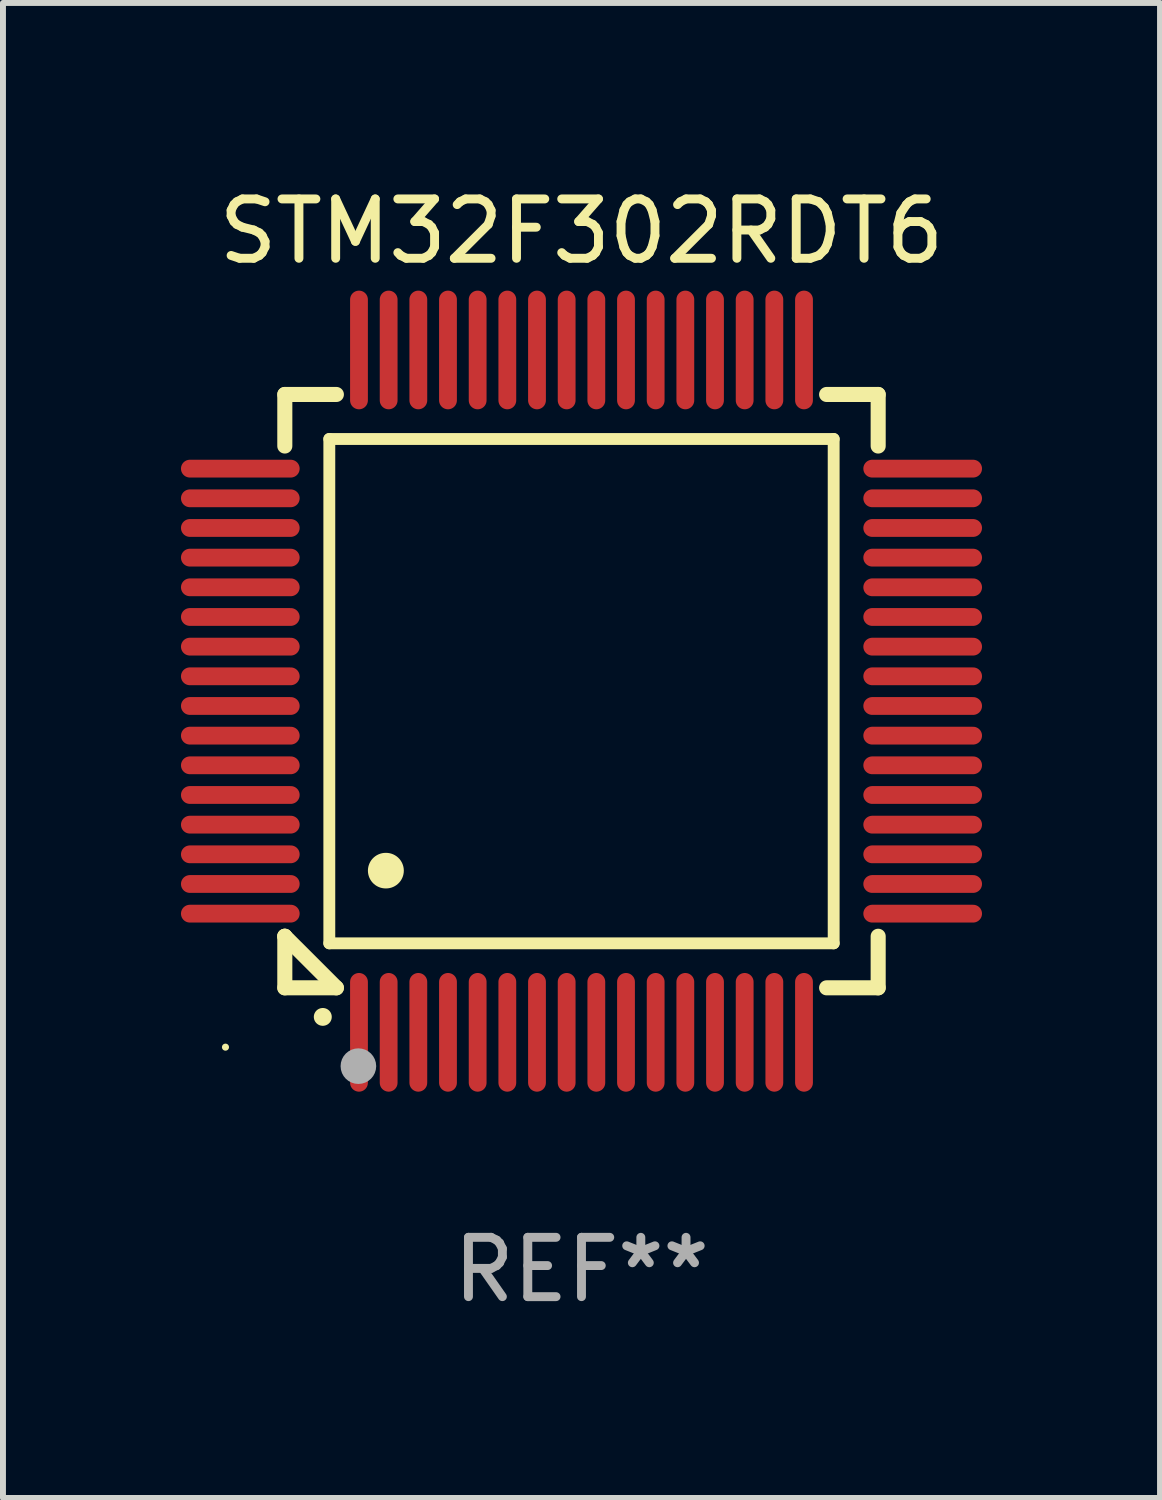
<source format=kicad_pcb>
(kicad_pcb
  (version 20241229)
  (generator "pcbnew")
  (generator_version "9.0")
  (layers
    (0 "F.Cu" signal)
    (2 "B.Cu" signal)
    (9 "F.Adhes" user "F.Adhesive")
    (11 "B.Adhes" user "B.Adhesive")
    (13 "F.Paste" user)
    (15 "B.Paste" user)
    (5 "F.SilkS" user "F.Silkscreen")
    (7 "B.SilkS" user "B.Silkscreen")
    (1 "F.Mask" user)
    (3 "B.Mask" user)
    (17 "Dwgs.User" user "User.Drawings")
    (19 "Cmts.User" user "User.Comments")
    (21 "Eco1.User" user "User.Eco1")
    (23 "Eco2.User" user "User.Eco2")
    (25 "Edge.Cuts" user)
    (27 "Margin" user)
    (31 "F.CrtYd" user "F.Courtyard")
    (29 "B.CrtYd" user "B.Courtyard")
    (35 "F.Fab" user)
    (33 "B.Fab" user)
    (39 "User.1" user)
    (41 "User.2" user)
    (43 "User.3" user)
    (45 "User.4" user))
  (footprint "STM32F302RDT6"
    (layer "F.Cu")
    (at 6.75 8.598)
    (property "Reference" "STM32F302RDT6" (at 0 -7.75 0) (layer "F.SilkS") (effects (font (size 1 1) (thickness 0.15))))
    (attr through_hole)
    (fp_line (start -5 -5) (end -4.131 -5) (stroke (width 0.254) (type solid)) (layer "F.SilkS"))
    (fp_line (start -5 -4.131) (end -5 -5) (stroke (width 0.254) (type solid)) (layer "F.SilkS"))
    (fp_line (start -5 4.131) (end -5 4.131) (stroke (width 0.254) (type solid)) (layer "F.SilkS"))
    (fp_line (start -5 5) (end -5 4.131) (stroke (width 0.254) (type solid)) (layer "F.SilkS"))
    (fp_line (start -5 4.131) (end -4.131 5) (stroke (width 0.254) (type solid)) (layer "F.SilkS"))
    (fp_line (start -4.25 -4.25) (end -4.25 4.25) (stroke (width 0.2) (type solid)) (layer "F.SilkS"))
    (fp_line (start -4.25 4.25) (end 4.25 4.25) (stroke (width 0.2) (type solid)) (layer "F.SilkS"))
    (fp_line (start -4.131 5) (end -5 5) (stroke (width 0.254) (type solid)) (layer "F.SilkS"))
    (fp_line (start 4.25 -4.25) (end -4.25 -4.25) (stroke (width 0.2) (type solid)) (layer "F.SilkS"))
    (fp_line (start 4.25 4.25) (end 4.25 -4.25) (stroke (width 0.2) (type solid)) (layer "F.SilkS"))
    (fp_line (start 5 -5) (end 4.131 -5) (stroke (width 0.254) (type solid)) (layer "F.SilkS"))
    (fp_line (start 5 -5) (end 5 -4.131) (stroke (width 0.254) (type solid)) (layer "F.SilkS"))
    (fp_line (start 5 4.131) (end 5 5) (stroke (width 0.254) (type solid)) (layer "F.SilkS"))
    (fp_line (start 5 5) (end 4.131 5) (stroke (width 0.254) (type solid)) (layer "F.SilkS"))
    (fp_arc (start -4.361265 5.489992) (mid -4.359995 5.489987) (end -4.358725 5.489992) (stroke (width 0.3) (type solid)) (layer "F.SilkS"))
    (fp_arc (start -3.299467 3.025146) (mid -3.296927 3.025135) (end -3.294387 3.025146) (stroke (width 0.6) (type solid)) (layer "F.SilkS"))
    (fp_circle (center -6 6) (end -5.97 6) (stroke (width 0.06) (type solid)) (fill no) (layer "F.SilkS"))
    (fp_circle (center -3.76 6.32) (end -3.61 6.32) (stroke (width 0.3) (type solid)) (fill no) (layer "F.Fab"))
    (fp_text user "REF**" (at 0 9.75 0) (layer "F.Fab") (effects (font (size 1 1) (thickness 0.15))))
    (pad "1" smd oval (at -3.75 5.75) (size 0.3 2) (layers "F.Cu" "F.Mask" "F.Paste"))
    (pad "2" smd oval (at -3.25 5.75) (size 0.3 2) (layers "F.Cu" "F.Mask" "F.Paste"))
    (pad "3" smd oval (at -2.75 5.75) (size 0.3 2) (layers "F.Cu" "F.Mask" "F.Paste"))
    (pad "4" smd oval (at -2.25 5.75) (size 0.3 2) (layers "F.Cu" "F.Mask" "F.Paste"))
    (pad "5" smd oval (at -1.75 5.75) (size 0.3 2) (layers "F.Cu" "F.Mask" "F.Paste"))
    (pad "6" smd oval (at -1.25 5.75) (size 0.3 2) (layers "F.Cu" "F.Mask" "F.Paste"))
    (pad "7" smd oval (at -0.75 5.75) (size 0.3 2) (layers "F.Cu" "F.Mask" "F.Paste"))
    (pad "8" smd oval (at -0.25 5.75) (size 0.3 2) (layers "F.Cu" "F.Mask" "F.Paste"))
    (pad "9" smd oval (at 0.25 5.75) (size 0.3 2) (layers "F.Cu" "F.Mask" "F.Paste"))
    (pad "10" smd oval (at 0.75 5.75) (size 0.3 2) (layers "F.Cu" "F.Mask" "F.Paste"))
    (pad "11" smd oval (at 1.25 5.75) (size 0.3 2) (layers "F.Cu" "F.Mask" "F.Paste"))
    (pad "12" smd oval (at 1.75 5.75) (size 0.3 2) (layers "F.Cu" "F.Mask" "F.Paste"))
    (pad "13" smd oval (at 2.25 5.75) (size 0.3 2) (layers "F.Cu" "F.Mask" "F.Paste"))
    (pad "14" smd oval (at 2.75 5.75) (size 0.3 2) (layers "F.Cu" "F.Mask" "F.Paste"))
    (pad "15" smd oval (at 3.25 5.75) (size 0.3 2) (layers "F.Cu" "F.Mask" "F.Paste"))
    (pad "16" smd oval (at 3.75 5.75) (size 0.3 2) (layers "F.Cu" "F.Mask" "F.Paste"))
    (pad "17" smd oval (at 5.75 3.75) (size 2 0.3) (layers "F.Cu" "F.Mask" "F.Paste"))
    (pad "18" smd oval (at 5.75 3.25) (size 2 0.3) (layers "F.Cu" "F.Mask" "F.Paste"))
    (pad "19" smd oval (at 5.75 2.75) (size 2 0.3) (layers "F.Cu" "F.Mask" "F.Paste"))
    (pad "20" smd oval (at 5.75 2.25) (size 2 0.3) (layers "F.Cu" "F.Mask" "F.Paste"))
    (pad "21" smd oval (at 5.75 1.75) (size 2 0.3) (layers "F.Cu" "F.Mask" "F.Paste"))
    (pad "22" smd oval (at 5.75 1.25) (size 2 0.3) (layers "F.Cu" "F.Mask" "F.Paste"))
    (pad "23" smd oval (at 5.75 0.75) (size 2 0.3) (layers "F.Cu" "F.Mask" "F.Paste"))
    (pad "24" smd oval (at 5.75 0.25) (size 2 0.3) (layers "F.Cu" "F.Mask" "F.Paste"))
    (pad "25" smd oval (at 5.75 -0.25) (size 2 0.3) (layers "F.Cu" "F.Mask" "F.Paste"))
    (pad "26" smd oval (at 5.75 -0.75) (size 2 0.3) (layers "F.Cu" "F.Mask" "F.Paste"))
    (pad "27" smd oval (at 5.75 -1.25) (size 2 0.3) (layers "F.Cu" "F.Mask" "F.Paste"))
    (pad "28" smd oval (at 5.75 -1.75) (size 2 0.3) (layers "F.Cu" "F.Mask" "F.Paste"))
    (pad "29" smd oval (at 5.75 -2.25) (size 2 0.3) (layers "F.Cu" "F.Mask" "F.Paste"))
    (pad "30" smd oval (at 5.75 -2.75) (size 2 0.3) (layers "F.Cu" "F.Mask" "F.Paste"))
    (pad "31" smd oval (at 5.75 -3.25) (size 2 0.3) (layers "F.Cu" "F.Mask" "F.Paste"))
    (pad "32" smd oval (at 5.75 -3.75) (size 2 0.3) (layers "F.Cu" "F.Mask" "F.Paste"))
    (pad "33" smd oval (at 3.75 -5.75) (size 0.3 2) (layers "F.Cu" "F.Mask" "F.Paste"))
    (pad "34" smd oval (at 3.25 -5.75) (size 0.3 2) (layers "F.Cu" "F.Mask" "F.Paste"))
    (pad "35" smd oval (at 2.75 -5.75) (size 0.3 2) (layers "F.Cu" "F.Mask" "F.Paste"))
    (pad "36" smd oval (at 2.25 -5.75) (size 0.3 2) (layers "F.Cu" "F.Mask" "F.Paste"))
    (pad "37" smd oval (at 1.75 -5.75) (size 0.3 2) (layers "F.Cu" "F.Mask" "F.Paste"))
    (pad "38" smd oval (at 1.25 -5.75) (size 0.3 2) (layers "F.Cu" "F.Mask" "F.Paste"))
    (pad "39" smd oval (at 0.75 -5.75) (size 0.3 2) (layers "F.Cu" "F.Mask" "F.Paste"))
    (pad "40" smd oval (at 0.25 -5.75) (size 0.3 2) (layers "F.Cu" "F.Mask" "F.Paste"))
    (pad "41" smd oval (at -0.25 -5.75) (size 0.3 2) (layers "F.Cu" "F.Mask" "F.Paste"))
    (pad "42" smd oval (at -0.75 -5.75) (size 0.3 2) (layers "F.Cu" "F.Mask" "F.Paste"))
    (pad "43" smd oval (at -1.25 -5.75) (size 0.3 2) (layers "F.Cu" "F.Mask" "F.Paste"))
    (pad "44" smd oval (at -1.75 -5.75) (size 0.3 2) (layers "F.Cu" "F.Mask" "F.Paste"))
    (pad "45" smd oval (at -2.25 -5.75) (size 0.3 2) (layers "F.Cu" "F.Mask" "F.Paste"))
    (pad "46" smd oval (at -2.75 -5.75) (size 0.3 2) (layers "F.Cu" "F.Mask" "F.Paste"))
    (pad "47" smd oval (at -3.25 -5.75) (size 0.3 2) (layers "F.Cu" "F.Mask" "F.Paste"))
    (pad "48" smd oval (at -3.75 -5.75) (size 0.3 2) (layers "F.Cu" "F.Mask" "F.Paste"))
    (pad "49" smd oval (at -5.75 -3.75) (size 2 0.3) (layers "F.Cu" "F.Mask" "F.Paste"))
    (pad "50" smd oval (at -5.75 -3.25) (size 2 0.3) (layers "F.Cu" "F.Mask" "F.Paste"))
    (pad "51" smd oval (at -5.75 -2.75) (size 2 0.3) (layers "F.Cu" "F.Mask" "F.Paste"))
    (pad "52" smd oval (at -5.75 -2.25) (size 2 0.3) (layers "F.Cu" "F.Mask" "F.Paste"))
    (pad "53" smd oval (at -5.75 -1.75) (size 2 0.3) (layers "F.Cu" "F.Mask" "F.Paste"))
    (pad "54" smd oval (at -5.75 -1.25) (size 2 0.3) (layers "F.Cu" "F.Mask" "F.Paste"))
    (pad "55" smd oval (at -5.75 -0.75) (size 2 0.3) (layers "F.Cu" "F.Mask" "F.Paste"))
    (pad "56" smd oval (at -5.75 -0.25) (size 2 0.3) (layers "F.Cu" "F.Mask" "F.Paste"))
    (pad "57" smd oval (at -5.75 0.25) (size 2 0.3) (layers "F.Cu" "F.Mask" "F.Paste"))
    (pad "58" smd oval (at -5.75 0.75) (size 2 0.3) (layers "F.Cu" "F.Mask" "F.Paste"))
    (pad "59" smd oval (at -5.75 1.25) (size 2 0.3) (layers "F.Cu" "F.Mask" "F.Paste"))
    (pad "60" smd oval (at -5.75 1.75) (size 2 0.3) (layers "F.Cu" "F.Mask" "F.Paste"))
    (pad "61" smd oval (at -5.75 2.25) (size 2 0.3) (layers "F.Cu" "F.Mask" "F.Paste"))
    (pad "62" smd oval (at -5.75 2.75) (size 2 0.3) (layers "F.Cu" "F.Mask" "F.Paste"))
    (pad "63" smd oval (at -5.75 3.25) (size 2 0.3) (layers "F.Cu" "F.Mask" "F.Paste"))
    (pad "64" smd oval (at -5.75 3.75) (size 2 0.3) (layers "F.Cu" "F.Mask" "F.Paste")))
  (gr_rect
    (start -3 -3)
    (end 16.5 22.196)
    (stroke (width 0.1) (type default))
    (fill no)
    (layer "Edge.Cuts")))
</source>
